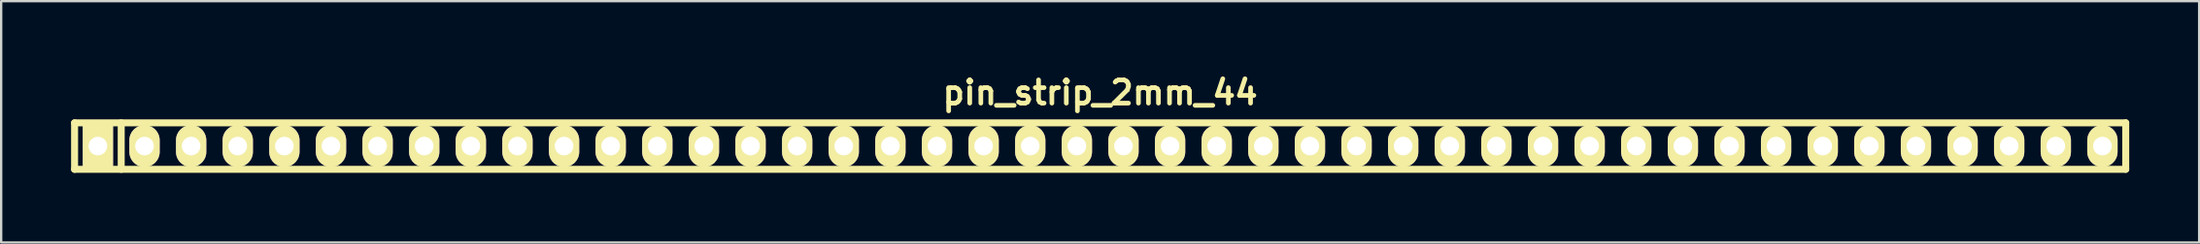
<source format=kicad_pcb>
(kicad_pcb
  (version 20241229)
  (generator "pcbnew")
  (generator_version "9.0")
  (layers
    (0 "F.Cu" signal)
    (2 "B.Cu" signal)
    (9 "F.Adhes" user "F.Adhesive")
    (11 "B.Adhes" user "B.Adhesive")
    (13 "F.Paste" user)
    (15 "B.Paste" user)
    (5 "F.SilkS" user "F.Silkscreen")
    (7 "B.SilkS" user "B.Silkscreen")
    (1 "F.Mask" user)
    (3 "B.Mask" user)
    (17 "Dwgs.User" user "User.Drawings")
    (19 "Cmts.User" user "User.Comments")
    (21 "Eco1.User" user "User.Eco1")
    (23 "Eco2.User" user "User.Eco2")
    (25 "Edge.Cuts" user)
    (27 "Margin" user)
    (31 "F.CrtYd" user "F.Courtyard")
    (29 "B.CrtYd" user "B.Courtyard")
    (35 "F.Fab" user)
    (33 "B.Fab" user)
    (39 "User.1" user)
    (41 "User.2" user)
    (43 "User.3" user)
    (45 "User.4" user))
  (footprint "pin_strip_2mm_44"
    (layer "F.Cu")
    (at 44.15 3.236)
    (property "Reference" "pin_strip_2mm_44" (at 0 -2.3 0) (layer "F.SilkS") (effects (font (size 1 1) (thickness 0.2))))
    (attr through_hole)
    (fp_line (start -44 -1) (end 44 -1) (stroke (width 0.3) (type solid)) (layer "F.SilkS"))
    (fp_line (start -44 1) (end -44 -1) (stroke (width 0.3) (type solid)) (layer "F.SilkS"))
    (fp_line (start -42 -1) (end -42 1) (stroke (width 0.3) (type solid)) (layer "F.SilkS"))
    (fp_line (start 44 -1) (end 44 1) (stroke (width 0.3) (type solid)) (layer "F.SilkS"))
    (fp_line (start 44 1) (end -44 1) (stroke (width 0.3) (type solid)) (layer "F.SilkS"))
    (pad "1" thru_hole rect (at -43 0) (size 1.3 1.8) (drill 0.8) (layers "*.Cu" "*.Mask" "F.SilkS"))
    (pad "2" thru_hole oval (at -41 0) (size 1.3 1.8) (drill 0.8) (layers "*.Cu" "*.Mask" "F.SilkS"))
    (pad "3" thru_hole oval (at -39 0) (size 1.3 1.8) (drill 0.8) (layers "*.Cu" "*.Mask" "F.SilkS"))
    (pad "4" thru_hole oval (at -37 0) (size 1.3 1.8) (drill 0.8) (layers "*.Cu" "*.Mask" "F.SilkS"))
    (pad "5" thru_hole oval (at -35 0) (size 1.3 1.8) (drill 0.8) (layers "*.Cu" "*.Mask" "F.SilkS"))
    (pad "6" thru_hole oval (at -33 0) (size 1.3 1.8) (drill 0.8) (layers "*.Cu" "*.Mask" "F.SilkS"))
    (pad "7" thru_hole oval (at -31 0) (size 1.3 1.8) (drill 0.8) (layers "*.Cu" "*.Mask" "F.SilkS"))
    (pad "8" thru_hole oval (at -29 0) (size 1.3 1.8) (drill 0.8) (layers "*.Cu" "*.Mask" "F.SilkS"))
    (pad "9" thru_hole oval (at -27 0) (size 1.3 1.8) (drill 0.8) (layers "*.Cu" "*.Mask" "F.SilkS"))
    (pad "10" thru_hole oval (at -25 0) (size 1.3 1.8) (drill 0.8) (layers "*.Cu" "*.Mask" "F.SilkS"))
    (pad "11" thru_hole oval (at -23 0) (size 1.3 1.8) (drill 0.8) (layers "*.Cu" "*.Mask" "F.SilkS"))
    (pad "12" thru_hole oval (at -21 0) (size 1.3 1.8) (drill 0.8) (layers "*.Cu" "*.Mask" "F.SilkS"))
    (pad "13" thru_hole oval (at -19 0) (size 1.3 1.8) (drill 0.8) (layers "*.Cu" "*.Mask" "F.SilkS"))
    (pad "14" thru_hole oval (at -17 0) (size 1.3 1.8) (drill 0.8) (layers "*.Cu" "*.Mask" "F.SilkS"))
    (pad "15" thru_hole oval (at -15 0) (size 1.3 1.8) (drill 0.8) (layers "*.Cu" "*.Mask" "F.SilkS"))
    (pad "16" thru_hole oval (at -13 0) (size 1.3 1.8) (drill 0.8) (layers "*.Cu" "*.Mask" "F.SilkS"))
    (pad "17" thru_hole oval (at -11 0) (size 1.3 1.8) (drill 0.8) (layers "*.Cu" "*.Mask" "F.SilkS"))
    (pad "18" thru_hole oval (at -9 0) (size 1.3 1.8) (drill 0.8) (layers "*.Cu" "*.Mask" "F.SilkS"))
    (pad "19" thru_hole oval (at -7 0) (size 1.3 1.8) (drill 0.8) (layers "*.Cu" "*.Mask" "F.SilkS"))
    (pad "20" thru_hole oval (at -5 0) (size 1.3 1.8) (drill 0.8) (layers "*.Cu" "*.Mask" "F.SilkS"))
    (pad "21" thru_hole oval (at -3 0) (size 1.3 1.8) (drill 0.8) (layers "*.Cu" "*.Mask" "F.SilkS"))
    (pad "22" thru_hole oval (at -1 0) (size 1.3 1.8) (drill 0.8) (layers "*.Cu" "*.Mask" "F.SilkS"))
    (pad "23" thru_hole oval (at 1 0) (size 1.3 1.8) (drill 0.8) (layers "*.Cu" "*.Mask" "F.SilkS"))
    (pad "24" thru_hole oval (at 3 0) (size 1.3 1.8) (drill 0.8) (layers "*.Cu" "*.Mask" "F.SilkS"))
    (pad "25" thru_hole oval (at 5 0) (size 1.3 1.8) (drill 0.8) (layers "*.Cu" "*.Mask" "F.SilkS"))
    (pad "26" thru_hole oval (at 7 0) (size 1.3 1.8) (drill 0.8) (layers "*.Cu" "*.Mask" "F.SilkS"))
    (pad "27" thru_hole oval (at 9 0) (size 1.3 1.8) (drill 0.8) (layers "*.Cu" "*.Mask" "F.SilkS"))
    (pad "28" thru_hole oval (at 11 0) (size 1.3 1.8) (drill 0.8) (layers "*.Cu" "*.Mask" "F.SilkS"))
    (pad "29" thru_hole oval (at 13 0) (size 1.3 1.8) (drill 0.8) (layers "*.Cu" "*.Mask" "F.SilkS"))
    (pad "30" thru_hole oval (at 15 0) (size 1.3 1.8) (drill 0.8) (layers "*.Cu" "*.Mask" "F.SilkS"))
    (pad "31" thru_hole oval (at 17 0) (size 1.3 1.8) (drill 0.8) (layers "*.Cu" "*.Mask" "F.SilkS"))
    (pad "32" thru_hole oval (at 19 0) (size 1.3 1.8) (drill 0.8) (layers "*.Cu" "*.Mask" "F.SilkS"))
    (pad "33" thru_hole oval (at 21 0) (size 1.3 1.8) (drill 0.8) (layers "*.Cu" "*.Mask" "F.SilkS"))
    (pad "34" thru_hole oval (at 23 0) (size 1.3 1.8) (drill 0.8) (layers "*.Cu" "*.Mask" "F.SilkS"))
    (pad "35" thru_hole oval (at 25 0) (size 1.3 1.8) (drill 0.8) (layers "*.Cu" "*.Mask" "F.SilkS"))
    (pad "36" thru_hole oval (at 27 0) (size 1.3 1.8) (drill 0.8) (layers "*.Cu" "*.Mask" "F.SilkS"))
    (pad "37" thru_hole oval (at 29 0) (size 1.3 1.8) (drill 0.8) (layers "*.Cu" "*.Mask" "F.SilkS"))
    (pad "38" thru_hole oval (at 31 0) (size 1.3 1.8) (drill 0.8) (layers "*.Cu" "*.Mask" "F.SilkS"))
    (pad "39" thru_hole oval (at 33 0) (size 1.3 1.8) (drill 0.8) (layers "*.Cu" "*.Mask" "F.SilkS"))
    (pad "40" thru_hole oval (at 35 0) (size 1.3 1.8) (drill 0.8) (layers "*.Cu" "*.Mask" "F.SilkS"))
    (pad "41" thru_hole oval (at 37 0) (size 1.3 1.8) (drill 0.8) (layers "*.Cu" "*.Mask" "F.SilkS"))
    (pad "42" thru_hole oval (at 39 0) (size 1.3 1.8) (drill 0.8) (layers "*.Cu" "*.Mask" "F.SilkS"))
    (pad "43" thru_hole oval (at 41 0) (size 1.3 1.8) (drill 0.8) (layers "*.Cu" "*.Mask" "F.SilkS"))
    (pad "44" thru_hole oval (at 43 0) (size 1.3 1.8) (drill 0.8) (layers "*.Cu" "*.Mask" "F.SilkS")))
  (gr_rect
    (start -3 -3)
    (end 91.3 7.386)
    (stroke (width 0.1) (type default))
    (fill no)
    (layer "Edge.Cuts")))
</source>
